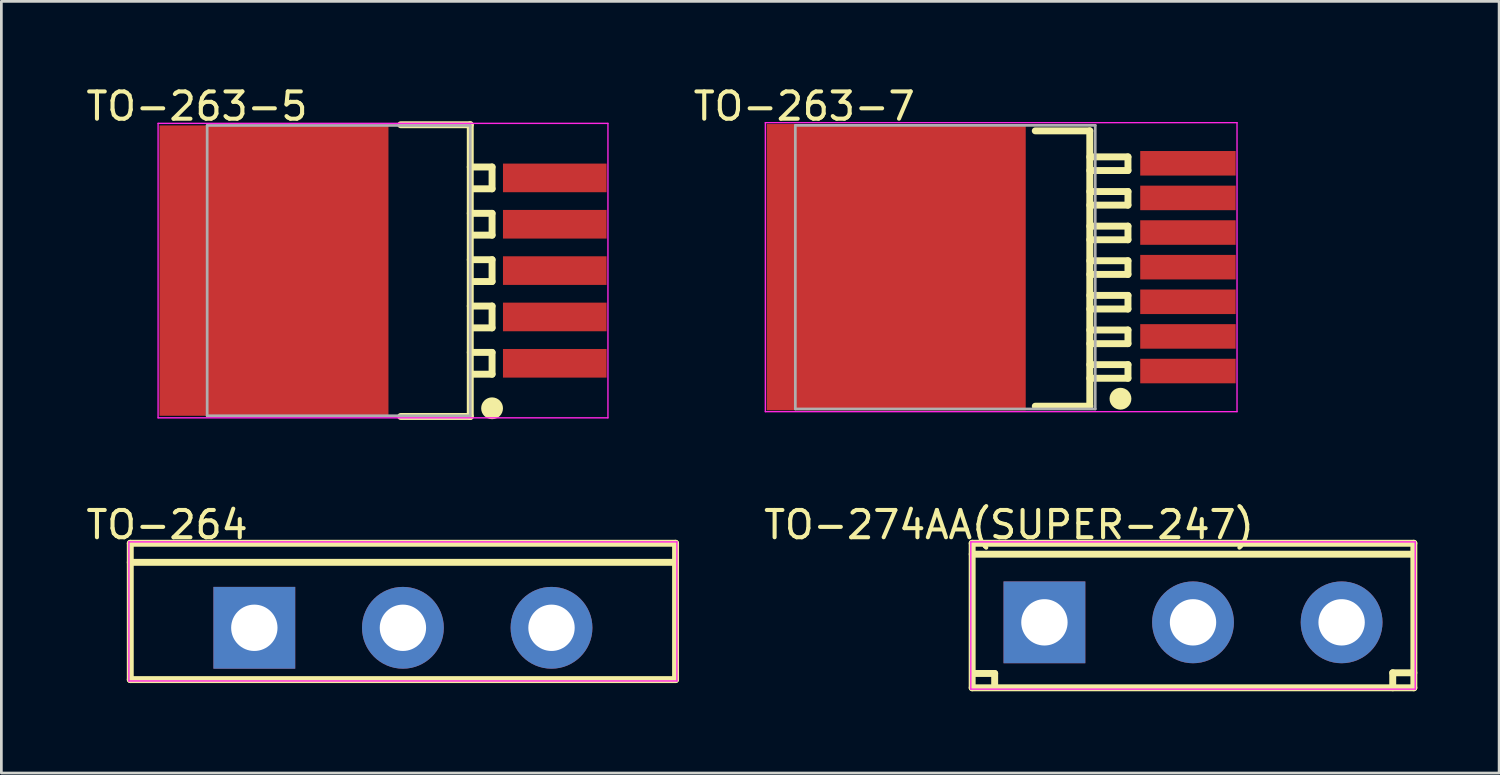
<source format=kicad_pcb>
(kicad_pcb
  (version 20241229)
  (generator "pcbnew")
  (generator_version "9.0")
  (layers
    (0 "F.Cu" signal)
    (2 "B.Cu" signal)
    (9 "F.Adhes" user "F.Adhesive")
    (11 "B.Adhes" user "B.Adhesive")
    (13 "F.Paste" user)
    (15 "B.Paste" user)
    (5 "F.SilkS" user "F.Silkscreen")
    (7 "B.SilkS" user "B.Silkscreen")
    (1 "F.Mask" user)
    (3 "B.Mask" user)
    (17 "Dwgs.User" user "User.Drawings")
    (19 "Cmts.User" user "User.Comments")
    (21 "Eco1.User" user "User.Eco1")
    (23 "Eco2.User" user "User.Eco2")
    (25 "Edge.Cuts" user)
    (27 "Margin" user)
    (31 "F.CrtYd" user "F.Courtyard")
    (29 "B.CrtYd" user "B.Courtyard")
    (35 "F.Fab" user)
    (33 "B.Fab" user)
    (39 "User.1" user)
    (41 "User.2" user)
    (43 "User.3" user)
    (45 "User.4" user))
  (footprint "TO-274AA(SUPER-247)"
    (layer "F.Cu")
    (at 40.707 19.776)
    (property "Reference" "TO-274AA(SUPER-247)" (at -6.751 -3.576 0) (layer "F.SilkS") (effects (font (size 1 1) (thickness 0.15))))
    (attr through_hole)
    (fp_line (start -8.1 -2.9) (end 8.1 -2.9) (stroke (width 0.254) (type solid)) (layer "F.SilkS"))
    (fp_line (start -8.1 -2.5) (end 8.025 -2.5) (stroke (width 0.254) (type solid)) (layer "F.SilkS"))
    (fp_line (start -8.1 2.4) (end -8.1 -2.9) (stroke (width 0.254) (type solid)) (layer "F.SilkS"))
    (fp_line (start -8.1 2.4) (end 8.1 2.4) (stroke (width 0.254) (type solid)) (layer "F.SilkS"))
    (fp_line (start -8.05 1.875) (end -7.275 1.875) (stroke (width 0.254) (type solid)) (layer "F.SilkS"))
    (fp_line (start -7.275 2.35) (end -7.275 1.875) (stroke (width 0.254) (type solid)) (layer "F.SilkS"))
    (fp_line (start 7.325 1.85) (end 8.1 1.85) (stroke (width 0.254) (type solid)) (layer "F.SilkS"))
    (fp_line (start 7.325 2.4) (end 7.325 1.85) (stroke (width 0.254) (type solid)) (layer "F.SilkS"))
    (fp_line (start 8.1 2.4) (end 8.1 -2.9) (stroke (width 0.254) (type solid)) (layer "F.SilkS"))
    (fp_line (start -8.15 -2.95) (end 8.15 -2.95) (stroke (width 0.05) (type solid)) (layer "F.CrtYd"))
    (fp_line (start -8.15 2.45) (end -8.15 -2.95) (stroke (width 0.05) (type solid)) (layer "F.CrtYd"))
    (fp_line (start 8.15 -2.95) (end 8.15 2.45) (stroke (width 0.05) (type solid)) (layer "F.CrtYd"))
    (fp_line (start 8.15 2.45) (end -8.15 2.45) (stroke (width 0.05) (type solid)) (layer "F.CrtYd"))
    (pad "1" thru_hole rect (at -5.45 0) (size 3 3) (drill 1.7) (layers "*.Cu" "*.Mask"))
    (pad "2" thru_hole oval (at 0 0) (size 3 3) (drill 1.7) (layers "*.Cu" "*.Mask"))
    (pad "3" thru_hole oval (at 5.45 0) (size 3 3) (drill 1.7) (layers "*.Cu" "*.Mask")))
  (footprint "TO-263-7"
    (layer "F.Cu")
    (at 40.521 6.749)
    (property "Reference" "TO-263-7" (at -14.075 -5.901 0) (layer "F.SilkS") (effects (font (size 1 1) (thickness 0.15))))
    (attr through_hole)
    (fp_line (start -5.6 -5) (end -3.6 -5) (stroke (width 0.254) (type solid)) (layer "F.SilkS"))
    (fp_line (start -5.6 5.1) (end -3.6 5.1) (stroke (width 0.254) (type solid)) (layer "F.SilkS"))
    (fp_line (start -3.6 -4.045) (end -2.2 -4.045) (stroke (width 0.254) (type solid)) (layer "F.SilkS"))
    (fp_line (start -3.6 -3.545) (end -2.2 -3.545) (stroke (width 0.254) (type solid)) (layer "F.SilkS"))
    (fp_line (start -3.6 -2.775) (end -2.2 -2.775) (stroke (width 0.254) (type solid)) (layer "F.SilkS"))
    (fp_line (start -3.6 -2.275) (end -2.2 -2.275) (stroke (width 0.254) (type solid)) (layer "F.SilkS"))
    (fp_line (start -3.6 -1.505) (end -2.2 -1.505) (stroke (width 0.254) (type solid)) (layer "F.SilkS"))
    (fp_line (start -3.6 -1.005) (end -2.2 -1.005) (stroke (width 0.254) (type solid)) (layer "F.SilkS"))
    (fp_line (start -3.6 -0.235) (end -2.2 -0.235) (stroke (width 0.254) (type solid)) (layer "F.SilkS"))
    (fp_line (start -3.6 0.265) (end -2.2 0.265) (stroke (width 0.254) (type solid)) (layer "F.SilkS"))
    (fp_line (start -3.6 1.035) (end -2.2 1.035) (stroke (width 0.254) (type solid)) (layer "F.SilkS"))
    (fp_line (start -3.6 1.535) (end -2.2 1.535) (stroke (width 0.254) (type solid)) (layer "F.SilkS"))
    (fp_line (start -3.6 2.305) (end -2.2 2.305) (stroke (width 0.254) (type solid)) (layer "F.SilkS"))
    (fp_line (start -3.6 2.805) (end -2.2 2.805) (stroke (width 0.254) (type solid)) (layer "F.SilkS"))
    (fp_line (start -3.6 3.575) (end -2.2 3.575) (stroke (width 0.254) (type solid)) (layer "F.SilkS"))
    (fp_line (start -3.6 4.075) (end -2.2 4.075) (stroke (width 0.254) (type solid)) (layer "F.SilkS"))
    (fp_line (start -3.6 5.1) (end -3.6 -5) (stroke (width 0.254) (type solid)) (layer "F.SilkS"))
    (fp_line (start -2.2 -3.545) (end -2.2 -4.045) (stroke (width 0.254) (type solid)) (layer "F.SilkS"))
    (fp_line (start -2.2 -2.275) (end -2.2 -2.775) (stroke (width 0.254) (type solid)) (layer "F.SilkS"))
    (fp_line (start -2.2 -1.005) (end -2.2 -1.505) (stroke (width 0.254) (type solid)) (layer "F.SilkS"))
    (fp_line (start -2.2 0.265) (end -2.2 -0.235) (stroke (width 0.254) (type solid)) (layer "F.SilkS"))
    (fp_line (start -2.2 1.535) (end -2.2 1.035) (stroke (width 0.254) (type solid)) (layer "F.SilkS"))
    (fp_line (start -2.2 2.805) (end -2.2 2.305) (stroke (width 0.254) (type solid)) (layer "F.SilkS"))
    (fp_line (start -2.2 4.075) (end -2.2 3.575) (stroke (width 0.254) (type solid)) (layer "F.SilkS"))
    (fp_circle (center -2.475 4.825) (end -2.275 4.825) (stroke (width 0.4) (type solid)) (fill no) (layer "F.SilkS"))
    (fp_line (start -15.5 -5.3) (end 1.8 -5.3) (stroke (width 0.05) (type solid)) (layer "F.CrtYd"))
    (fp_line (start -15.5 5.3) (end -15.5 -5.3) (stroke (width 0.05) (type solid)) (layer "F.CrtYd"))
    (fp_line (start 1.8 -5.3) (end 1.8 5.3) (stroke (width 0.05) (type solid)) (layer "F.CrtYd"))
    (fp_line (start 1.8 5.3) (end -15.5 5.3) (stroke (width 0.05) (type solid)) (layer "F.CrtYd"))
    (fp_line (start -14.4 -5.2) (end -3.4 -5.2) (stroke (width 0.1) (type solid)) (layer "F.Fab"))
    (fp_line (start -14.4 5.2) (end -14.4 -5.2) (stroke (width 0.1) (type solid)) (layer "F.Fab"))
    (fp_line (start -14.4 5.2) (end -3.4 5.2) (stroke (width 0.1) (type solid)) (layer "F.Fab"))
    (fp_line (start -3.4 5.2) (end -3.4 -5.2) (stroke (width 0.1) (type solid)) (layer "F.Fab"))
    (pad "0" smd rect (at -10.7 0 90) (size 10.5 9.5) (layers "F.Cu" "F.Mask" "F.Paste"))
    (pad "1" smd rect (at 0 3.81 270) (size 0.9 3.5) (layers "F.Cu" "F.Mask" "F.Paste"))
    (pad "2" smd rect (at 0 2.54 270) (size 0.9 3.5) (layers "F.Cu" "F.Mask" "F.Paste"))
    (pad "3" smd rect (at 0 1.27 270) (size 0.9 3.5) (layers "F.Cu" "F.Mask" "F.Paste"))
    (pad "4" smd rect (at 0 0 270) (size 0.9 3.5) (layers "F.Cu" "F.Mask" "F.Paste"))
    (pad "5" smd rect (at 0 -1.27 270) (size 0.9 3.5) (layers "F.Cu" "F.Mask" "F.Paste"))
    (pad "6" smd rect (at 0 -2.54 270) (size 0.9 3.5) (layers "F.Cu" "F.Mask" "F.Paste"))
    (pad "7" smd rect (at 0 -3.81 270) (size 0.9 3.5) (layers "F.Cu" "F.Mask" "F.Paste")))
  (footprint "TO-264"
    (layer "F.Cu")
    (at 11.728 19.976)
    (property "Reference" "TO-264" (at -8.651 -3.776 0) (layer "F.SilkS") (effects (font (size 1 1) (thickness 0.15))))
    (attr through_hole)
    (fp_line (start -10 -3.1) (end 10 -3.1) (stroke (width 0.254) (type solid)) (layer "F.SilkS"))
    (fp_line (start -10 -2.4) (end 10 -2.4) (stroke (width 0.254) (type solid)) (layer "F.SilkS"))
    (fp_line (start -10 1.9) (end -10 -3.1) (stroke (width 0.254) (type solid)) (layer "F.SilkS"))
    (fp_line (start -10 1.9) (end 10 1.9) (stroke (width 0.254) (type solid)) (layer "F.SilkS"))
    (fp_line (start 10 1.9) (end 10 -3.1) (stroke (width 0.254) (type solid)) (layer "F.SilkS"))
    (fp_line (start -10.05 -3.15) (end 10.05 -3.15) (stroke (width 0.05) (type solid)) (layer "F.CrtYd"))
    (fp_line (start -10.05 1.95) (end -10.05 -3.15) (stroke (width 0.05) (type solid)) (layer "F.CrtYd"))
    (fp_line (start 10.05 -3.15) (end 10.05 1.95) (stroke (width 0.05) (type solid)) (layer "F.CrtYd"))
    (fp_line (start 10.05 1.95) (end -10.05 1.95) (stroke (width 0.05) (type solid)) (layer "F.CrtYd"))
    (pad "1" thru_hole rect (at -5.45 0) (size 3 3) (drill 1.7) (layers "*.Cu" "*.Mask"))
    (pad "2" thru_hole oval (at 0 0) (size 3 3) (drill 1.7) (layers "*.Cu" "*.Mask"))
    (pad "3" thru_hole oval (at 5.45 0) (size 3 3) (drill 1.7) (layers "*.Cu" "*.Mask")))
  (footprint "TO-263-5"
    (layer "F.Cu")
    (at 17.298 6.875)
    (property "Reference" "TO-263-5" (at -13.125 -6.026 0) (layer "F.SilkS") (effects (font (size 1 1) (thickness 0.15))))
    (attr through_hole)
    (fp_line (start -5.65 -5.35) (end -3.1 -5.35) (stroke (width 0.254) (type solid)) (layer "F.SilkS"))
    (fp_line (start -5.65 5.35) (end -3.1 5.35) (stroke (width 0.254) (type solid)) (layer "F.SilkS"))
    (fp_line (start -3.1 -3.8) (end -2.3 -3.8) (stroke (width 0.254) (type solid)) (layer "F.SilkS"))
    (fp_line (start -3.1 -2.1) (end -2.3 -2.1) (stroke (width 0.254) (type solid)) (layer "F.SilkS"))
    (fp_line (start -3.1 -0.4) (end -2.3 -0.4) (stroke (width 0.254) (type solid)) (layer "F.SilkS"))
    (fp_line (start -3.1 1.3) (end -2.3 1.3) (stroke (width 0.254) (type solid)) (layer "F.SilkS"))
    (fp_line (start -3.1 3) (end -2.3 3) (stroke (width 0.254) (type solid)) (layer "F.SilkS"))
    (fp_line (start -3.1 5.35) (end -3.1 -5.35) (stroke (width 0.254) (type solid)) (layer "F.SilkS"))
    (fp_line (start -3 -3) (end -2.3 -3) (stroke (width 0.254) (type solid)) (layer "F.SilkS"))
    (fp_line (start -3 -1.3) (end -2.3 -1.3) (stroke (width 0.254) (type solid)) (layer "F.SilkS"))
    (fp_line (start -3 0.4) (end -2.3 0.4) (stroke (width 0.254) (type solid)) (layer "F.SilkS"))
    (fp_line (start -3 2.1) (end -2.3 2.1) (stroke (width 0.254) (type solid)) (layer "F.SilkS"))
    (fp_line (start -3 3.8) (end -2.3 3.8) (stroke (width 0.254) (type solid)) (layer "F.SilkS"))
    (fp_line (start -2.3 -3) (end -2.3 -3.8) (stroke (width 0.254) (type solid)) (layer "F.SilkS"))
    (fp_line (start -2.3 -1.3) (end -2.3 -2.1) (stroke (width 0.254) (type solid)) (layer "F.SilkS"))
    (fp_line (start -2.3 0.4) (end -2.3 -0.4) (stroke (width 0.254) (type solid)) (layer "F.SilkS"))
    (fp_line (start -2.3 2.1) (end -2.3 1.3) (stroke (width 0.254) (type solid)) (layer "F.SilkS"))
    (fp_line (start -2.3 3.8) (end -2.3 3) (stroke (width 0.254) (type solid)) (layer "F.SilkS"))
    (fp_circle (center -2.3 5.05) (end -2.1 5.05) (stroke (width 0.4) (type solid)) (fill no) (layer "F.SilkS"))
    (fp_line (start -14.55 -5.4) (end 1.95 -5.4) (stroke (width 0.05) (type solid)) (layer "F.CrtYd"))
    (fp_line (start -14.55 5.4) (end -14.55 -5.4) (stroke (width 0.05) (type solid)) (layer "F.CrtYd"))
    (fp_line (start 1.95 -5.4) (end 1.95 5.4) (stroke (width 0.05) (type solid)) (layer "F.CrtYd"))
    (fp_line (start 1.95 5.4) (end -14.55 5.4) (stroke (width 0.05) (type solid)) (layer "F.CrtYd"))
    (fp_line (start -12.75 -5.325) (end -3.1 -5.325) (stroke (width 0.1) (type solid)) (layer "F.Fab"))
    (fp_line (start -12.75 5.325) (end -12.75 -5.325) (stroke (width 0.1) (type solid)) (layer "F.Fab"))
    (fp_line (start -12.75 5.325) (end -3.1 5.325) (stroke (width 0.1) (type solid)) (layer "F.Fab"))
    (fp_line (start -3.1 5.325) (end -3.1 -5.325) (stroke (width 0.1) (type solid)) (layer "F.Fab"))
    (pad "0" smd rect (at -10.3 0 270) (size 10.65 8.4) (layers "F.Cu" "F.Mask" "F.Paste"))
    (pad "1" smd rect (at 0 3.4 270) (size 1.05 3.8) (layers "F.Cu" "F.Mask" "F.Paste"))
    (pad "2" smd rect (at 0 1.7 270) (size 1.05 3.8) (layers "F.Cu" "F.Mask" "F.Paste"))
    (pad "3" smd rect (at 0 0 270) (size 1.05 3.8) (layers "F.Cu" "F.Mask" "F.Paste"))
    (pad "4" smd rect (at 0 -1.7 270) (size 1.05 3.8) (layers "F.Cu" "F.Mask" "F.Paste"))
    (pad "5" smd rect (at 0 -3.4 270) (size 1.05 3.8) (layers "F.Cu" "F.Mask" "F.Paste")))
  (gr_rect
    (start -3 -3)
    (end 51.934 25.303)
    (stroke (width 0.1) (type default))
    (fill no)
    (layer "Edge.Cuts")))
</source>
